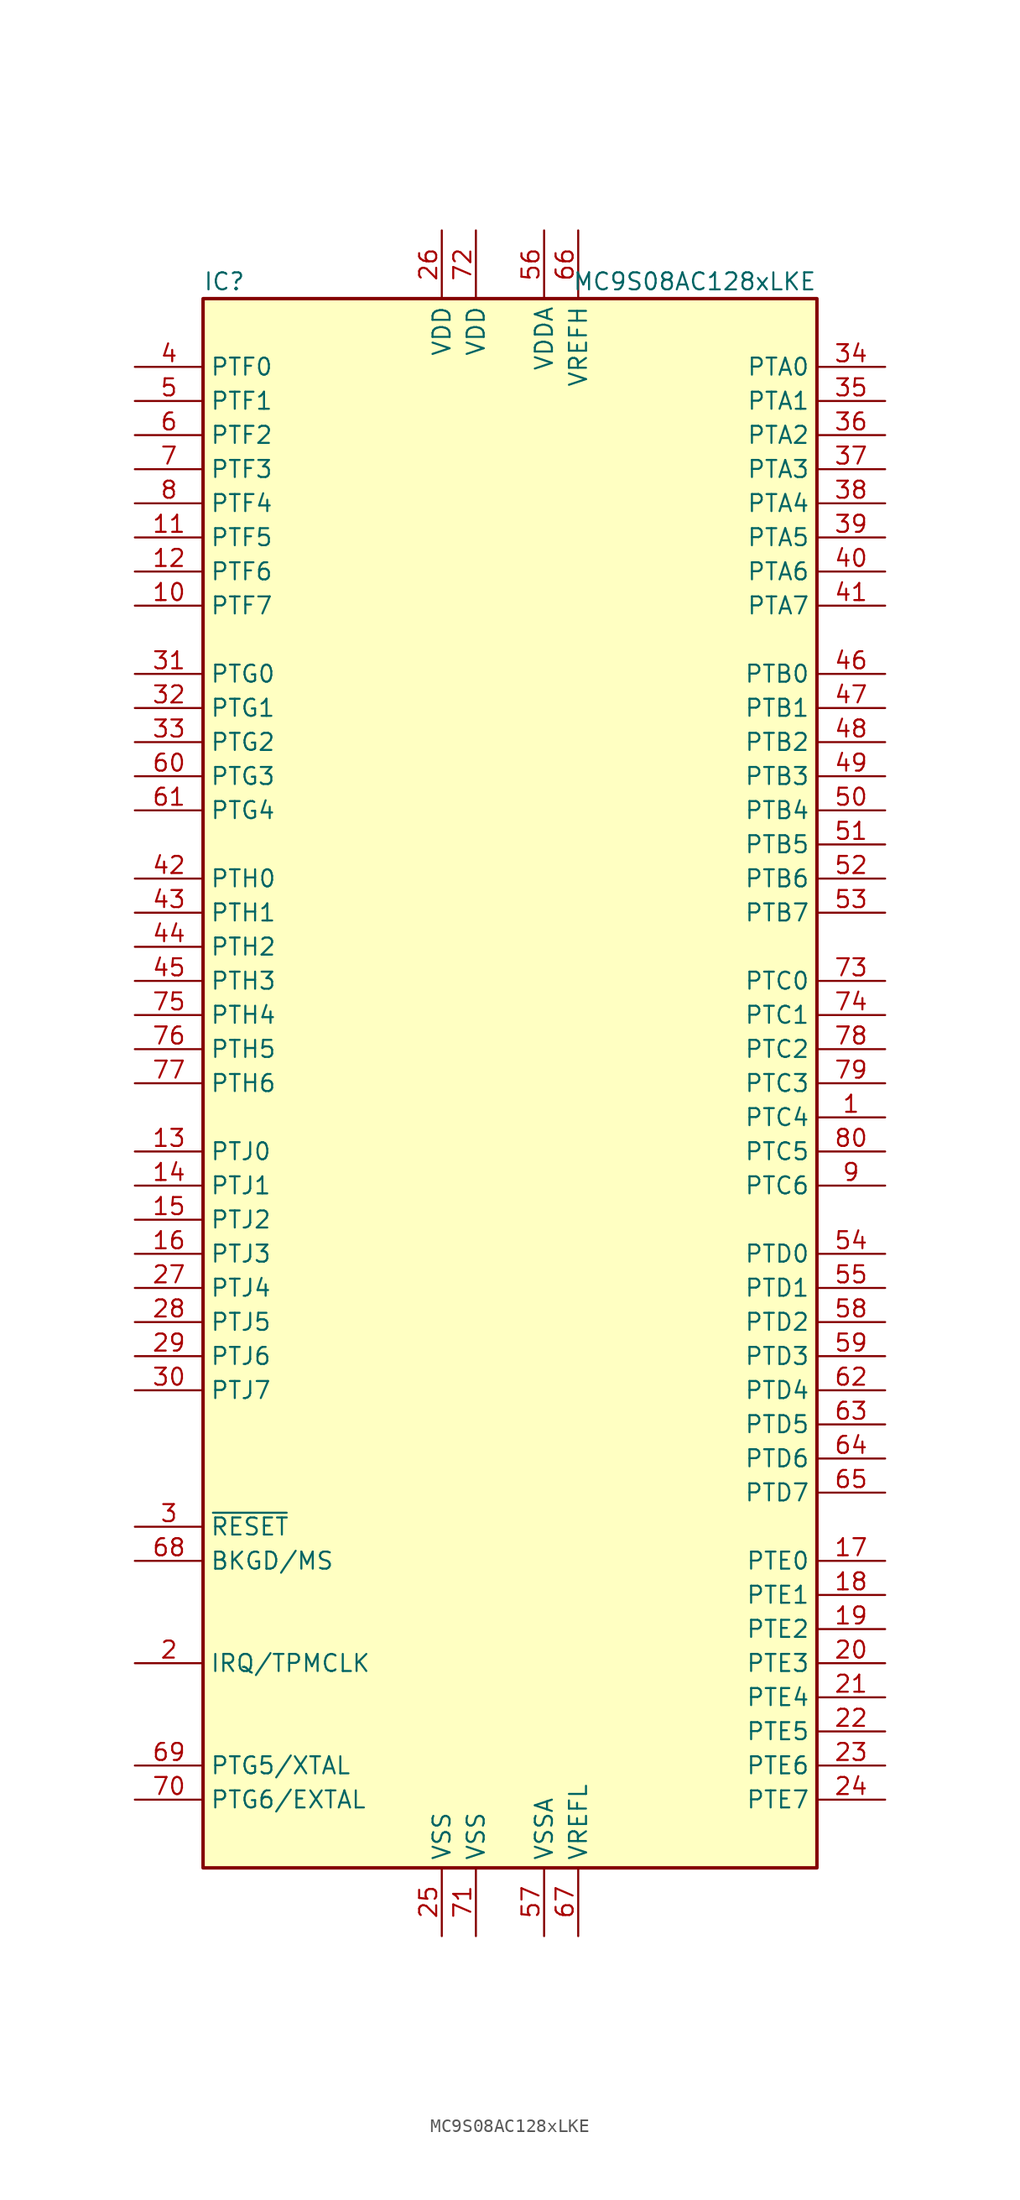
<source format=kicad_sym>
(kicad_symbol_lib
  (version 20201005)
  (generator kicad_symbol_editor)
  (symbol "MC9S08AC128xLKE"
    (property "Reference" "IC"
      (at -22.86 59.69 0)
      (effects (font (size 1.27 1.27)) (justify left)))
    (property "Value" "MC9S08AC128xLKE"
      (at 22.86 59.69 0)
      (effects (font (size 1.27 1.27)) (justify right)))
    (symbol "MC9S08AC128xLKE_0_1"
      (rectangle (start -22.86 58.42) (end 22.86 -58.42) (stroke (width 0.254)) (fill (type background))))
    (symbol "MC9S08AC128xLKE_1_1"
      (pin bidirectional line (at 27.94 -2.54 180) (length 5.08) (name "PTC4" (effects (font (size 1.27 1.27)))) (number "1" (effects (font (size 1.27 1.27)))))
      (pin bidirectional line (at -27.94 35.56 0) (length 5.08) (name "PTF7" (effects (font (size 1.27 1.27)))) (number "10" (effects (font (size 1.27 1.27)))))
      (pin bidirectional line (at -27.94 40.64 0) (length 5.08) (name "PTF5" (effects (font (size 1.27 1.27)))) (number "11" (effects (font (size 1.27 1.27)))))
      (pin bidirectional line (at -27.94 38.1 0) (length 5.08) (name "PTF6" (effects (font (size 1.27 1.27)))) (number "12" (effects (font (size 1.27 1.27)))))
      (pin bidirectional line (at -27.94 -5.08 0) (length 5.08) (name "PTJ0" (effects (font (size 1.27 1.27)))) (number "13" (effects (font (size 1.27 1.27)))))
      (pin bidirectional line (at -27.94 -7.62 0) (length 5.08) (name "PTJ1" (effects (font (size 1.27 1.27)))) (number "14" (effects (font (size 1.27 1.27)))))
      (pin bidirectional line (at -27.94 -10.16 0) (length 5.08) (name "PTJ2" (effects (font (size 1.27 1.27)))) (number "15" (effects (font (size 1.27 1.27)))))
      (pin bidirectional line (at -27.94 -12.7 0) (length 5.08) (name "PTJ3" (effects (font (size 1.27 1.27)))) (number "16" (effects (font (size 1.27 1.27)))))
      (pin bidirectional line (at 27.94 -35.56 180) (length 5.08) (name "PTE0" (effects (font (size 1.27 1.27)))) (number "17" (effects (font (size 1.27 1.27)))))
      (pin bidirectional line (at 27.94 -38.1 180) (length 5.08) (name "PTE1" (effects (font (size 1.27 1.27)))) (number "18" (effects (font (size 1.27 1.27)))))
      (pin bidirectional line (at 27.94 -40.64 180) (length 5.08) (name "PTE2" (effects (font (size 1.27 1.27)))) (number "19" (effects (font (size 1.27 1.27)))))
      (pin input line (at -27.94 -43.18 0) (length 5.08) (name "IRQ/TPMCLK" (effects (font (size 1.27 1.27)))) (number "2" (effects (font (size 1.27 1.27)))))
      (pin bidirectional line (at 27.94 -43.18 180) (length 5.08) (name "PTE3" (effects (font (size 1.27 1.27)))) (number "20" (effects (font (size 1.27 1.27)))))
      (pin bidirectional line (at 27.94 -45.72 180) (length 5.08) (name "PTE4" (effects (font (size 1.27 1.27)))) (number "21" (effects (font (size 1.27 1.27)))))
      (pin bidirectional line (at 27.94 -48.26 180) (length 5.08) (name "PTE5" (effects (font (size 1.27 1.27)))) (number "22" (effects (font (size 1.27 1.27)))))
      (pin bidirectional line (at 27.94 -50.8 180) (length 5.08) (name "PTE6" (effects (font (size 1.27 1.27)))) (number "23" (effects (font (size 1.27 1.27)))))
      (pin bidirectional line (at 27.94 -53.34 180) (length 5.08) (name "PTE7" (effects (font (size 1.27 1.27)))) (number "24" (effects (font (size 1.27 1.27)))))
      (pin power_in line (at -5.08 -63.5 90) (length 5.08) (name "VSS" (effects (font (size 1.27 1.27)))) (number "25" (effects (font (size 1.27 1.27)))))
      (pin power_in line (at -5.08 63.5 270) (length 5.08) (name "VDD" (effects (font (size 1.27 1.27)))) (number "26" (effects (font (size 1.27 1.27)))))
      (pin bidirectional line (at -27.94 -15.24 0) (length 5.08) (name "PTJ4" (effects (font (size 1.27 1.27)))) (number "27" (effects (font (size 1.27 1.27)))))
      (pin bidirectional line (at -27.94 -17.78 0) (length 5.08) (name "PTJ5" (effects (font (size 1.27 1.27)))) (number "28" (effects (font (size 1.27 1.27)))))
      (pin bidirectional line (at -27.94 -20.32 0) (length 5.08) (name "PTJ6" (effects (font (size 1.27 1.27)))) (number "29" (effects (font (size 1.27 1.27)))))
      (pin input line (at -27.94 -33.02 0) (length 5.08) (name "~RESET" (effects (font (size 1.27 1.27)))) (number "3" (effects (font (size 1.27 1.27)))))
      (pin bidirectional line (at -27.94 -22.86 0) (length 5.08) (name "PTJ7" (effects (font (size 1.27 1.27)))) (number "30" (effects (font (size 1.27 1.27)))))
      (pin bidirectional line (at -27.94 30.48 0) (length 5.08) (name "PTG0" (effects (font (size 1.27 1.27)))) (number "31" (effects (font (size 1.27 1.27)))))
      (pin bidirectional line (at -27.94 27.94 0) (length 5.08) (name "PTG1" (effects (font (size 1.27 1.27)))) (number "32" (effects (font (size 1.27 1.27)))))
      (pin bidirectional line (at -27.94 25.4 0) (length 5.08) (name "PTG2" (effects (font (size 1.27 1.27)))) (number "33" (effects (font (size 1.27 1.27)))))
      (pin bidirectional line (at 27.94 53.34 180) (length 5.08) (name "PTA0" (effects (font (size 1.27 1.27)))) (number "34" (effects (font (size 1.27 1.27)))))
      (pin bidirectional line (at 27.94 50.8 180) (length 5.08) (name "PTA1" (effects (font (size 1.27 1.27)))) (number "35" (effects (font (size 1.27 1.27)))))
      (pin bidirectional line (at 27.94 48.26 180) (length 5.08) (name "PTA2" (effects (font (size 1.27 1.27)))) (number "36" (effects (font (size 1.27 1.27)))))
      (pin bidirectional line (at 27.94 45.72 180) (length 5.08) (name "PTA3" (effects (font (size 1.27 1.27)))) (number "37" (effects (font (size 1.27 1.27)))))
      (pin bidirectional line (at 27.94 43.18 180) (length 5.08) (name "PTA4" (effects (font (size 1.27 1.27)))) (number "38" (effects (font (size 1.27 1.27)))))
      (pin bidirectional line (at 27.94 40.64 180) (length 5.08) (name "PTA5" (effects (font (size 1.27 1.27)))) (number "39" (effects (font (size 1.27 1.27)))))
      (pin bidirectional line (at -27.94 53.34 0) (length 5.08) (name "PTF0" (effects (font (size 1.27 1.27)))) (number "4" (effects (font (size 1.27 1.27)))))
      (pin bidirectional line (at 27.94 38.1 180) (length 5.08) (name "PTA6" (effects (font (size 1.27 1.27)))) (number "40" (effects (font (size 1.27 1.27)))))
      (pin bidirectional line (at 27.94 35.56 180) (length 5.08) (name "PTA7" (effects (font (size 1.27 1.27)))) (number "41" (effects (font (size 1.27 1.27)))))
      (pin bidirectional line (at -27.94 15.24 0) (length 5.08) (name "PTH0" (effects (font (size 1.27 1.27)))) (number "42" (effects (font (size 1.27 1.27)))))
      (pin bidirectional line (at -27.94 12.7 0) (length 5.08) (name "PTH1" (effects (font (size 1.27 1.27)))) (number "43" (effects (font (size 1.27 1.27)))))
      (pin bidirectional line (at -27.94 10.16 0) (length 5.08) (name "PTH2" (effects (font (size 1.27 1.27)))) (number "44" (effects (font (size 1.27 1.27)))))
      (pin bidirectional line (at -27.94 7.62 0) (length 5.08) (name "PTH3" (effects (font (size 1.27 1.27)))) (number "45" (effects (font (size 1.27 1.27)))))
      (pin bidirectional line (at 27.94 30.48 180) (length 5.08) (name "PTB0" (effects (font (size 1.27 1.27)))) (number "46" (effects (font (size 1.27 1.27)))))
      (pin bidirectional line (at 27.94 27.94 180) (length 5.08) (name "PTB1" (effects (font (size 1.27 1.27)))) (number "47" (effects (font (size 1.27 1.27)))))
      (pin bidirectional line (at 27.94 25.4 180) (length 5.08) (name "PTB2" (effects (font (size 1.27 1.27)))) (number "48" (effects (font (size 1.27 1.27)))))
      (pin bidirectional line (at 27.94 22.86 180) (length 5.08) (name "PTB3" (effects (font (size 1.27 1.27)))) (number "49" (effects (font (size 1.27 1.27)))))
      (pin bidirectional line (at -27.94 50.8 0) (length 5.08) (name "PTF1" (effects (font (size 1.27 1.27)))) (number "5" (effects (font (size 1.27 1.27)))))
      (pin bidirectional line (at 27.94 20.32 180) (length 5.08) (name "PTB4" (effects (font (size 1.27 1.27)))) (number "50" (effects (font (size 1.27 1.27)))))
      (pin bidirectional line (at 27.94 17.78 180) (length 5.08) (name "PTB5" (effects (font (size 1.27 1.27)))) (number "51" (effects (font (size 1.27 1.27)))))
      (pin bidirectional line (at 27.94 15.24 180) (length 5.08) (name "PTB6" (effects (font (size 1.27 1.27)))) (number "52" (effects (font (size 1.27 1.27)))))
      (pin bidirectional line (at 27.94 12.7 180) (length 5.08) (name "PTB7" (effects (font (size 1.27 1.27)))) (number "53" (effects (font (size 1.27 1.27)))))
      (pin bidirectional line (at 27.94 -12.7 180) (length 5.08) (name "PTD0" (effects (font (size 1.27 1.27)))) (number "54" (effects (font (size 1.27 1.27)))))
      (pin bidirectional line (at 27.94 -15.24 180) (length 5.08) (name "PTD1" (effects (font (size 1.27 1.27)))) (number "55" (effects (font (size 1.27 1.27)))))
      (pin power_in line (at 2.54 63.5 270) (length 5.08) (name "VDDA" (effects (font (size 1.27 1.27)))) (number "56" (effects (font (size 1.27 1.27)))))
      (pin power_in line (at 2.54 -63.5 90) (length 5.08) (name "VSSA" (effects (font (size 1.27 1.27)))) (number "57" (effects (font (size 1.27 1.27)))))
      (pin bidirectional line (at 27.94 -17.78 180) (length 5.08) (name "PTD2" (effects (font (size 1.27 1.27)))) (number "58" (effects (font (size 1.27 1.27)))))
      (pin bidirectional line (at 27.94 -20.32 180) (length 5.08) (name "PTD3" (effects (font (size 1.27 1.27)))) (number "59" (effects (font (size 1.27 1.27)))))
      (pin bidirectional line (at -27.94 48.26 0) (length 5.08) (name "PTF2" (effects (font (size 1.27 1.27)))) (number "6" (effects (font (size 1.27 1.27)))))
      (pin bidirectional line (at -27.94 22.86 0) (length 5.08) (name "PTG3" (effects (font (size 1.27 1.27)))) (number "60" (effects (font (size 1.27 1.27)))))
      (pin bidirectional line (at -27.94 20.32 0) (length 5.08) (name "PTG4" (effects (font (size 1.27 1.27)))) (number "61" (effects (font (size 1.27 1.27)))))
      (pin bidirectional line (at 27.94 -22.86 180) (length 5.08) (name "PTD4" (effects (font (size 1.27 1.27)))) (number "62" (effects (font (size 1.27 1.27)))))
      (pin bidirectional line (at 27.94 -25.4 180) (length 5.08) (name "PTD5" (effects (font (size 1.27 1.27)))) (number "63" (effects (font (size 1.27 1.27)))))
      (pin bidirectional line (at 27.94 -27.94 180) (length 5.08) (name "PTD6" (effects (font (size 1.27 1.27)))) (number "64" (effects (font (size 1.27 1.27)))))
      (pin bidirectional line (at 27.94 -30.48 180) (length 5.08) (name "PTD7" (effects (font (size 1.27 1.27)))) (number "65" (effects (font (size 1.27 1.27)))))
      (pin power_in line (at 5.08 63.5 270) (length 5.08) (name "VREFH" (effects (font (size 1.27 1.27)))) (number "66" (effects (font (size 1.27 1.27)))))
      (pin power_in line (at 5.08 -63.5 90) (length 5.08) (name "VREFL" (effects (font (size 1.27 1.27)))) (number "67" (effects (font (size 1.27 1.27)))))
      (pin bidirectional line (at -27.94 -35.56 0) (length 5.08) (name "BKGD/MS" (effects (font (size 1.27 1.27)))) (number "68" (effects (font (size 1.27 1.27)))))
      (pin bidirectional line (at -27.94 -50.8 0) (length 5.08) (name "PTG5/XTAL" (effects (font (size 1.27 1.27)))) (number "69" (effects (font (size 1.27 1.27)))))
      (pin bidirectional line (at -27.94 45.72 0) (length 5.08) (name "PTF3" (effects (font (size 1.27 1.27)))) (number "7" (effects (font (size 1.27 1.27)))))
      (pin bidirectional line (at -27.94 -53.34 0) (length 5.08) (name "PTG6/EXTAL" (effects (font (size 1.27 1.27)))) (number "70" (effects (font (size 1.27 1.27)))))
      (pin power_in line (at -2.54 -63.5 90) (length 5.08) (name "VSS" (effects (font (size 1.27 1.27)))) (number "71" (effects (font (size 1.27 1.27)))))
      (pin power_in line (at -2.54 63.5 270) (length 5.08) (name "VDD" (effects (font (size 1.27 1.27)))) (number "72" (effects (font (size 1.27 1.27)))))
      (pin bidirectional line (at 27.94 7.62 180) (length 5.08) (name "PTC0" (effects (font (size 1.27 1.27)))) (number "73" (effects (font (size 1.27 1.27)))))
      (pin bidirectional line (at 27.94 5.08 180) (length 5.08) (name "PTC1" (effects (font (size 1.27 1.27)))) (number "74" (effects (font (size 1.27 1.27)))))
      (pin bidirectional line (at -27.94 5.08 0) (length 5.08) (name "PTH4" (effects (font (size 1.27 1.27)))) (number "75" (effects (font (size 1.27 1.27)))))
      (pin bidirectional line (at -27.94 2.54 0) (length 5.08) (name "PTH5" (effects (font (size 1.27 1.27)))) (number "76" (effects (font (size 1.27 1.27)))))
      (pin bidirectional line (at -27.94 0 0) (length 5.08) (name "PTH6" (effects (font (size 1.27 1.27)))) (number "77" (effects (font (size 1.27 1.27)))))
      (pin bidirectional line (at 27.94 2.54 180) (length 5.08) (name "PTC2" (effects (font (size 1.27 1.27)))) (number "78" (effects (font (size 1.27 1.27)))))
      (pin bidirectional line (at 27.94 0 180) (length 5.08) (name "PTC3" (effects (font (size 1.27 1.27)))) (number "79" (effects (font (size 1.27 1.27)))))
      (pin bidirectional line (at -27.94 43.18 0) (length 5.08) (name "PTF4" (effects (font (size 1.27 1.27)))) (number "8" (effects (font (size 1.27 1.27)))))
      (pin bidirectional line (at 27.94 -5.08 180) (length 5.08) (name "PTC5" (effects (font (size 1.27 1.27)))) (number "80" (effects (font (size 1.27 1.27)))))
      (pin bidirectional line (at 27.94 -7.62 180) (length 5.08) (name "PTC6" (effects (font (size 1.27 1.27)))) (number "9" (effects (font (size 1.27 1.27))))))))
</source>
